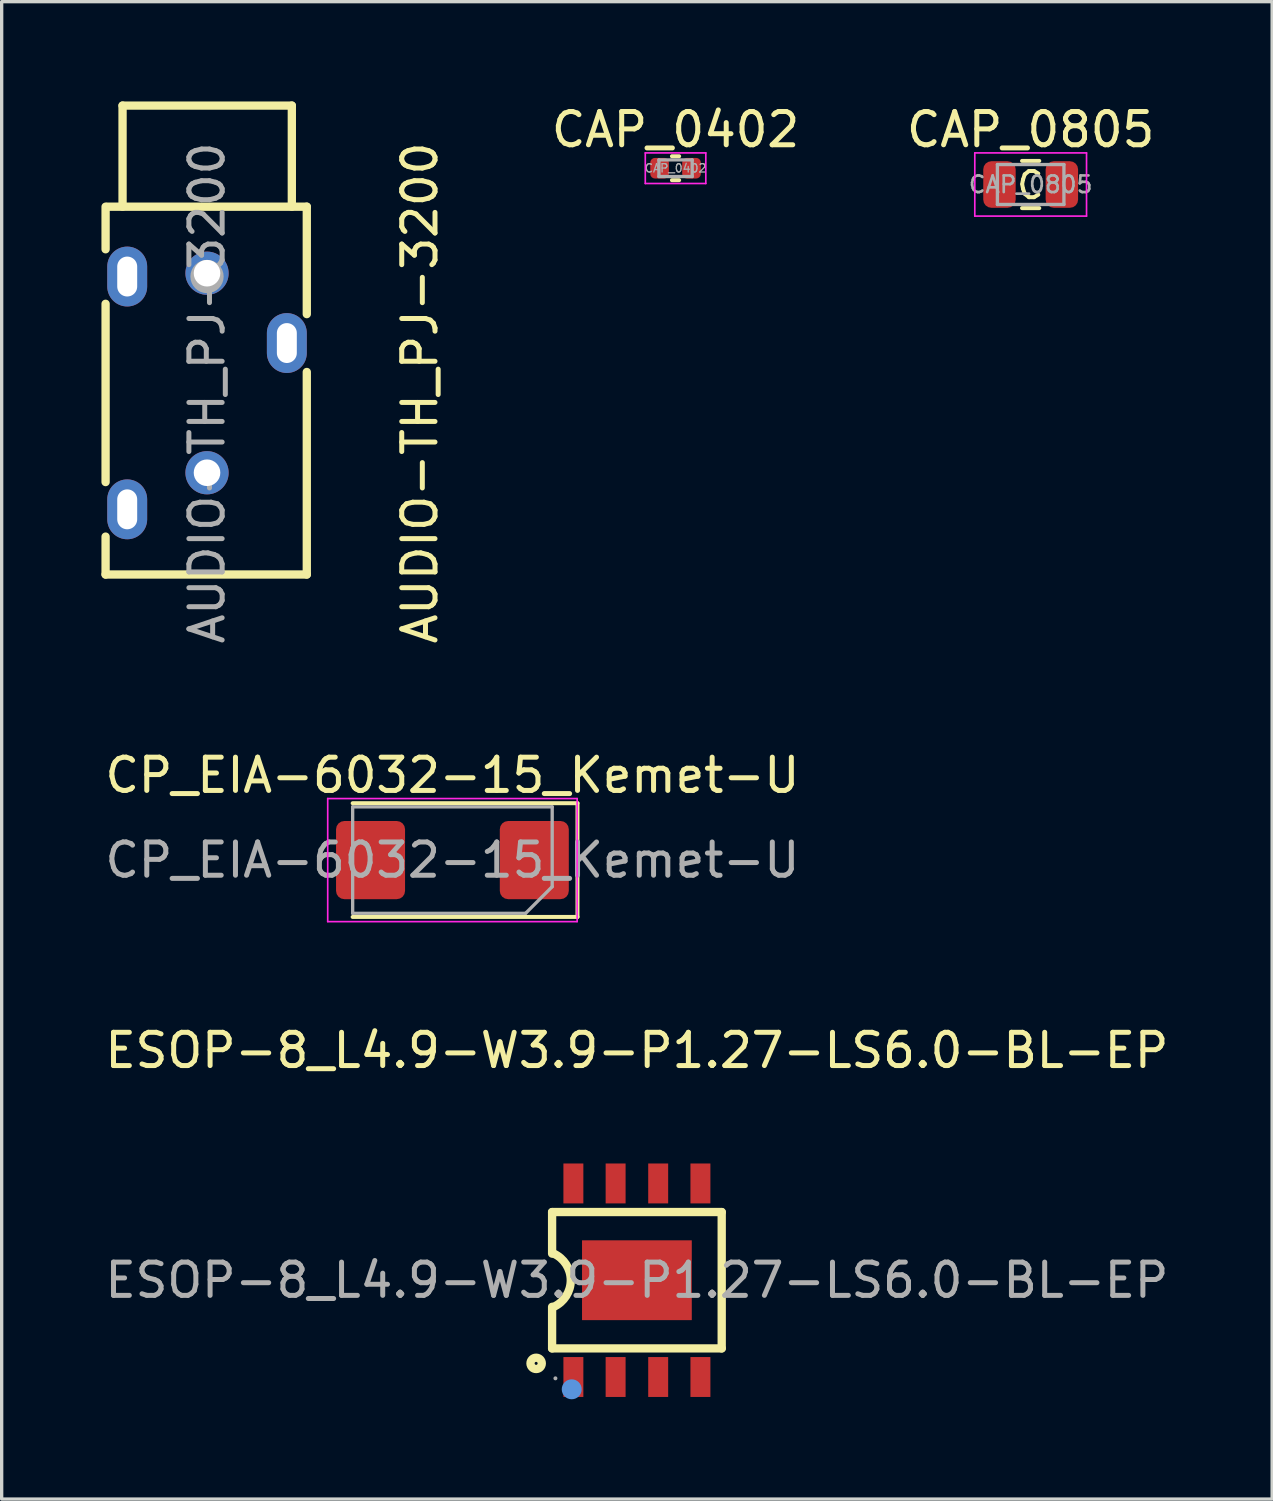
<source format=kicad_pcb>
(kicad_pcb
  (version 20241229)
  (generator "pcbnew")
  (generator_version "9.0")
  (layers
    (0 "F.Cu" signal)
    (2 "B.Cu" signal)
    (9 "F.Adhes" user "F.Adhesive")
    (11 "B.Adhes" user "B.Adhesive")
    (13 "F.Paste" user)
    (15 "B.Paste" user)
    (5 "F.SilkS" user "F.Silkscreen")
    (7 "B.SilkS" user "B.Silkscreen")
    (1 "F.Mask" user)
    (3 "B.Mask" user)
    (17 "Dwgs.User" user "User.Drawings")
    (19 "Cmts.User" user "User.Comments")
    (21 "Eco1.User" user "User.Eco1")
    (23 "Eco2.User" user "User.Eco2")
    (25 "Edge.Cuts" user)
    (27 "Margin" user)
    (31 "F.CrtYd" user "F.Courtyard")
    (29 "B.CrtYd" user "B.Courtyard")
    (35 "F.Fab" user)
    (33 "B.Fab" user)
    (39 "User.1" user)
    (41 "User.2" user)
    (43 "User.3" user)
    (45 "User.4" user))
  (footprint "ESOP-8_L4.9-W3.9-P1.27-LS6.0-BL-EP"
    (layer "F.Cu")
    (at 16.101 35.445)
    (property "Reference" "ESOP-8_L4.9-W3.9-P1.27-LS6.0-BL-EP" (at 0 -6.91 0) (layer "F.SilkS") (effects (font (size 1 1) (thickness 0.15))))
    (attr through_hole)
    (fp_line (start -2.55 -2.05) (end 2.55 -2.05) (stroke (width 0.25) (type solid)) (layer "F.SilkS"))
    (fp_line (start -2.55 -0.8) (end -2.55 -2.05) (stroke (width 0.25) (type solid)) (layer "F.SilkS"))
    (fp_line (start -2.55 0.8) (end -2.55 2.05) (stroke (width 0.25) (type solid)) (layer "F.SilkS"))
    (fp_line (start 2.55 -2.05) (end 2.55 2.05) (stroke (width 0.25) (type solid)) (layer "F.SilkS"))
    (fp_line (start 2.55 2.05) (end -2.55 2.05) (stroke (width 0.25) (type solid)) (layer "F.SilkS"))
    (fp_arc (start -2.505609 -0.80257) (mid -1.988586 -0.003085) (end -2.5 0.8) (stroke (width 0.25) (type solid)) (layer "F.SilkS"))
    (fp_circle (center -3.03 2.5) (end -2.86 2.5) (stroke (width 0.25) (type solid)) (fill no) (layer "F.SilkS"))
    (fp_circle (center -1.96 3.28) (end -1.81 3.28) (stroke (width 0.3) (type solid)) (fill no) (layer "Cmts.User"))
    (fp_circle (center -2.45 2.95) (end -2.42 2.95) (stroke (width 0.06) (type solid)) (fill no) (layer "F.Fab"))
    (fp_text user "${REFERENCE}" (at 0 0 0) (layer "F.Fab") (effects (font (size 1 1) (thickness 0.15))))
    (pad "1" smd rect (at -1.91 2.91) (size 0.6 1.2) (layers "F.Cu" "F.Mask" "F.Paste"))
    (pad "2" smd rect (at -0.64 2.91) (size 0.6 1.2) (layers "F.Cu" "F.Mask" "F.Paste"))
    (pad "3" smd rect (at 0.64 2.91) (size 0.6 1.2) (layers "F.Cu" "F.Mask" "F.Paste"))
    (pad "4" smd rect (at 1.91 2.91) (size 0.6 1.2) (layers "F.Cu" "F.Mask" "F.Paste"))
    (pad "5" smd rect (at 1.91 -2.91) (size 0.6 1.2) (layers "F.Cu" "F.Mask" "F.Paste"))
    (pad "6" smd rect (at 0.64 -2.91) (size 0.6 1.2) (layers "F.Cu" "F.Mask" "F.Paste"))
    (pad "7" smd rect (at -0.64 -2.91) (size 0.6 1.2) (layers "F.Cu" "F.Mask" "F.Paste"))
    (pad "8" smd rect (at -1.91 -2.91) (size 0.6 1.2) (layers "F.Cu" "F.Mask" "F.Paste"))
    (pad "9" smd rect (at 0 0 180) (size 3.3 2.4) (layers "F.Cu" "F.Mask" "F.Paste")))
  (footprint "CAP_0402"
    (layer "F.Cu")
    (at 17.263 2.008)
    (property "Reference" "CAP_0402" (at 0 -1.16 0) (layer "F.SilkS") (effects (font (size 1 1) (thickness 0.15))))
    (attr smd)
    (fp_line (start -0.108 -0.36) (end 0.108 -0.36) (stroke (width 0.12) (type solid)) (layer "F.SilkS"))
    (fp_line (start -0.108 0.36) (end 0.108 0.36) (stroke (width 0.12) (type solid)) (layer "F.SilkS"))
    (fp_line (start -0.91 -0.46) (end 0.91 -0.46) (stroke (width 0.05) (type solid)) (layer "F.CrtYd"))
    (fp_line (start -0.91 0.46) (end -0.91 -0.46) (stroke (width 0.05) (type solid)) (layer "F.CrtYd"))
    (fp_line (start 0.91 -0.46) (end 0.91 0.46) (stroke (width 0.05) (type solid)) (layer "F.CrtYd"))
    (fp_line (start 0.91 0.46) (end -0.91 0.46) (stroke (width 0.05) (type solid)) (layer "F.CrtYd"))
    (fp_line (start -0.5 -0.25) (end 0.5 -0.25) (stroke (width 0.1) (type solid)) (layer "F.Fab"))
    (fp_line (start -0.5 0.25) (end -0.5 -0.25) (stroke (width 0.1) (type solid)) (layer "F.Fab"))
    (fp_line (start 0.5 -0.25) (end 0.5 0.25) (stroke (width 0.1) (type solid)) (layer "F.Fab"))
    (fp_line (start 0.5 0.25) (end -0.5 0.25) (stroke (width 0.1) (type solid)) (layer "F.Fab"))
    (fp_text user "${REFERENCE}" (at 0 0 0) (layer "F.Fab") (effects (font (size 0.25 0.25) (thickness 0.04))))
    (pad "1" smd roundrect (at -0.48 0) (size 0.56 0.62) (layers "F.Cu" "F.Mask" "F.Paste") (roundrect_rratio 0.25))
    (pad "2" smd roundrect (at 0.48 0) (size 0.56 0.62) (layers "F.Cu" "F.Mask" "F.Paste") (roundrect_rratio 0.25)))
  (footprint "AUDIO-TH_PJ-3200"
    (layer "F.Cu")
    (at 3.175 8.765)
    (property "Reference" "AUDIO-TH_PJ-3200" (at 6.4 0 270) (layer "F.SilkS") (effects (font (size 1 1) (thickness 0.15))))
    (attr through_hole)
    (fp_line (start -3.05 -4.32) (end -3.05 -5.6) (stroke (width 0.25) (type solid)) (layer "F.SilkS"))
    (fp_line (start -3.05 2.68) (end -3.05 -2.68) (stroke (width 0.25) (type solid)) (layer "F.SilkS"))
    (fp_line (start -3.05 5.46) (end -3.05 4.32) (stroke (width 0.25) (type solid)) (layer "F.SilkS"))
    (fp_line (start -2.54 -8.64) (end -2.54 -5.6) (stroke (width 0.25) (type solid)) (layer "F.SilkS"))
    (fp_line (start 2.55 -8.64) (end -2.54 -8.64) (stroke (width 0.25) (type solid)) (layer "F.SilkS"))
    (fp_line (start 2.55 -5.6) (end 2.55 -8.64) (stroke (width 0.25) (type solid)) (layer "F.SilkS"))
    (fp_line (start 3 -5.6) (end -3 -5.6) (stroke (width 0.25) (type solid)) (layer "F.SilkS"))
    (fp_line (start 3 -5.6) (end 3 -2.37) (stroke (width 0.25) (type solid)) (layer "F.SilkS"))
    (fp_line (start 3 -0.63) (end 3 5.46) (stroke (width 0.25) (type solid)) (layer "F.SilkS"))
    (fp_line (start 3 5.46) (end -3.05 5.46) (stroke (width 0.25) (type solid)) (layer "F.SilkS"))
    (fp_circle (center 0 -3.5) (end 0 -3.25) (stroke (width 0.5) (type solid)) (fill no) (layer "F.Fab"))
    (fp_text user "${REFERENCE}" (at 0 0 270) (layer "F.Fab") (effects (font (size 1 1) (thickness 0.15))))
    (pad "" thru_hole circle (at 0 -3.6) (size 1.3 1.3) (drill 0.8) (layers "*.Cu" "*.Mask"))
    (pad "" thru_hole circle (at 0 2.4) (size 1.3 1.3) (drill 0.8) (layers "*.Cu" "*.Mask"))
    (pad "1" thru_hole oval (at -2.4 -3.5 270) (size 1.8 1.2) (drill oval 1.2 0.6) (layers "*.Cu" "*.Paste" "*.Mask"))
    (pad "2" thru_hole oval (at 2.4 -1.5 270) (size 1.8 1.2) (drill oval 1.2 0.6) (layers "*.Cu" "*.Paste" "*.Mask"))
    (pad "3" thru_hole oval (at -2.4 3.5 270) (size 1.8 1.2) (drill oval 1.2 0.6) (layers "*.Cu" "*.Paste" "*.Mask")))
  (footprint "CP_EIA-6032-15_Kemet-U"
    (layer "F.Cu")
    (at 10.554 22.812)
    (property "Reference" "CP_EIA-6032-15_Kemet-U" (at 0 -2.55 0) (layer "F.SilkS") (effects (font (size 1 1) (thickness 0.15))))
    (attr smd)
    (fp_line (start -3 1.71) (end 3.76 1.71) (stroke (width 0.12) (type solid)) (layer "F.SilkS"))
    (fp_line (start 3.76 -1.71) (end -3 -1.71) (stroke (width 0.12) (type solid)) (layer "F.SilkS"))
    (fp_line (start 3.76 1.71) (end 3.76 -1.71) (stroke (width 0.12) (type solid)) (layer "F.SilkS"))
    (fp_line (start -3.75 -1.85) (end 3.75 -1.85) (stroke (width 0.05) (type solid)) (layer "F.CrtYd"))
    (fp_line (start -3.75 1.85) (end -3.75 -1.85) (stroke (width 0.05) (type solid)) (layer "F.CrtYd"))
    (fp_line (start 3.75 -1.85) (end 3.75 1.85) (stroke (width 0.05) (type solid)) (layer "F.CrtYd"))
    (fp_line (start 3.75 1.85) (end -3.75 1.85) (stroke (width 0.05) (type solid)) (layer "F.CrtYd"))
    (fp_line (start -3 -1.6) (end -3 1.6) (stroke (width 0.1) (type solid)) (layer "F.Fab"))
    (fp_line (start -3 1.6) (end 2.2 1.6) (stroke (width 0.1) (type solid)) (layer "F.Fab"))
    (fp_line (start 2.2 1.6) (end 3 0.8) (stroke (width 0.1) (type solid)) (layer "F.Fab"))
    (fp_line (start 3 -1.6) (end -3 -1.6) (stroke (width 0.1) (type solid)) (layer "F.Fab"))
    (fp_line (start 3 0.8) (end 3 -1.6) (stroke (width 0.1) (type solid)) (layer "F.Fab"))
    (fp_text user "${REFERENCE}" (at 0 0 180) (layer "F.Fab") (effects (font (size 1 1) (thickness 0.15))))
    (pad "1" smd roundrect (at 2.462 0 180) (size 2.075 2.35) (layers "F.Cu" "F.Mask" "F.Paste") (roundrect_rratio 0.12))
    (pad "2" smd roundrect (at -2.462 0 180) (size 2.075 2.35) (layers "F.Cu" "F.Mask" "F.Paste") (roundrect_rratio 0.12)))
  (footprint "CAP_0805"
    (layer "F.Cu")
    (at 27.941 2.498)
    (property "Reference" "CAP_0805" (at 0 -1.65 0) (layer "F.SilkS") (effects (font (size 1 1) (thickness 0.15))))
    (attr smd)
    (fp_line (start -0.259 -0.71) (end 0.259 -0.71) (stroke (width 0.12) (type solid)) (layer "F.SilkS"))
    (fp_line (start -0.259 0.71) (end 0.259 0.71) (stroke (width 0.12) (type solid)) (layer "F.SilkS"))
    (fp_line (start -0.229 -0.152) (end -0.254 -0.025) (stroke (width 0.12) (type solid)) (layer "F.SilkS"))
    (fp_line (start -0.229 0.127) (end -0.254 0) (stroke (width 0.12) (type solid)) (layer "F.SilkS"))
    (fp_line (start -0.178 -0.305) (end -0.229 -0.152) (stroke (width 0.12) (type solid)) (layer "F.SilkS"))
    (fp_line (start -0.178 0.279) (end -0.229 0.127) (stroke (width 0.12) (type solid)) (layer "F.SilkS"))
    (fp_line (start -0.051 -0.406) (end -0.178 -0.305) (stroke (width 0.12) (type solid)) (layer "F.SilkS"))
    (fp_line (start -0.051 0.381) (end -0.178 0.279) (stroke (width 0.12) (type solid)) (layer "F.SilkS"))
    (fp_line (start 0.102 -0.406) (end -0.051 -0.406) (stroke (width 0.12) (type solid)) (layer "F.SilkS"))
    (fp_line (start 0.102 0.381) (end -0.051 0.381) (stroke (width 0.12) (type solid)) (layer "F.SilkS"))
    (fp_line (start 0.229 -0.33) (end 0.102 -0.406) (stroke (width 0.12) (type solid)) (layer "F.SilkS"))
    (fp_line (start 0.229 0.305) (end 0.102 0.381) (stroke (width 0.12) (type solid)) (layer "F.SilkS"))
    (fp_line (start -1.68 -0.95) (end 1.68 -0.95) (stroke (width 0.05) (type solid)) (layer "F.CrtYd"))
    (fp_line (start -1.68 0.95) (end -1.68 -0.95) (stroke (width 0.05) (type solid)) (layer "F.CrtYd"))
    (fp_line (start 1.68 -0.95) (end 1.68 0.95) (stroke (width 0.05) (type solid)) (layer "F.CrtYd"))
    (fp_line (start 1.68 0.95) (end -1.68 0.95) (stroke (width 0.05) (type solid)) (layer "F.CrtYd"))
    (fp_line (start -1 -0.6) (end 1 -0.6) (stroke (width 0.1) (type solid)) (layer "F.Fab"))
    (fp_line (start -1 0.6) (end -1 -0.6) (stroke (width 0.1) (type solid)) (layer "F.Fab"))
    (fp_line (start 1 -0.6) (end 1 0.6) (stroke (width 0.1) (type solid)) (layer "F.Fab"))
    (fp_line (start 1 0.6) (end -1 0.6) (stroke (width 0.1) (type solid)) (layer "F.Fab"))
    (fp_text user "${REFERENCE}" (at 0 0 0) (layer "F.Fab") (effects (font (size 0.5 0.5) (thickness 0.08))))
    (pad "1" smd roundrect (at -0.938 0) (size 0.975 1.4) (layers "F.Cu" "F.Mask" "F.Paste") (roundrect_rratio 0.25))
    (pad "2" smd roundrect (at 0.938 0) (size 0.975 1.4) (layers "F.Cu" "F.Mask" "F.Paste") (roundrect_rratio 0.25)))
  (gr_rect
    (start -3 -3)
    (end 35.202 42.025)
    (stroke (width 0.1) (type default))
    (fill no)
    (layer "Edge.Cuts")))
</source>
